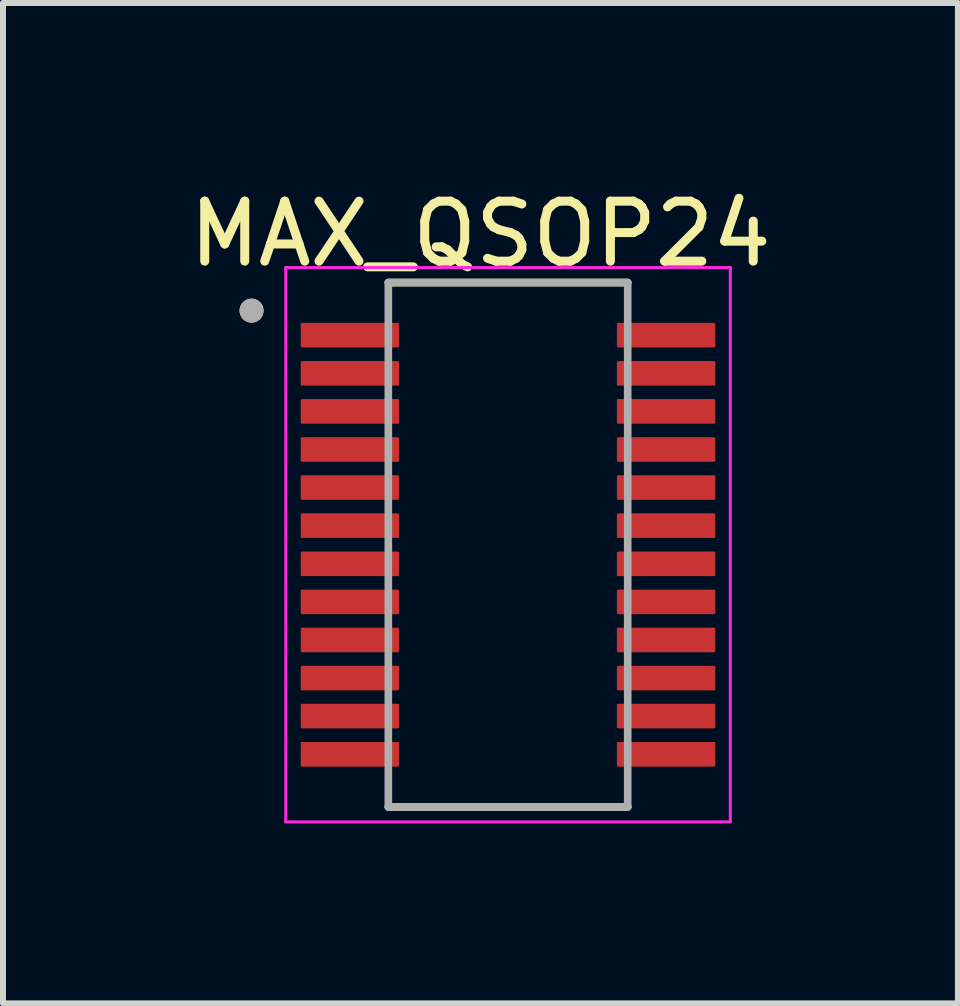
<source format=kicad_pcb>
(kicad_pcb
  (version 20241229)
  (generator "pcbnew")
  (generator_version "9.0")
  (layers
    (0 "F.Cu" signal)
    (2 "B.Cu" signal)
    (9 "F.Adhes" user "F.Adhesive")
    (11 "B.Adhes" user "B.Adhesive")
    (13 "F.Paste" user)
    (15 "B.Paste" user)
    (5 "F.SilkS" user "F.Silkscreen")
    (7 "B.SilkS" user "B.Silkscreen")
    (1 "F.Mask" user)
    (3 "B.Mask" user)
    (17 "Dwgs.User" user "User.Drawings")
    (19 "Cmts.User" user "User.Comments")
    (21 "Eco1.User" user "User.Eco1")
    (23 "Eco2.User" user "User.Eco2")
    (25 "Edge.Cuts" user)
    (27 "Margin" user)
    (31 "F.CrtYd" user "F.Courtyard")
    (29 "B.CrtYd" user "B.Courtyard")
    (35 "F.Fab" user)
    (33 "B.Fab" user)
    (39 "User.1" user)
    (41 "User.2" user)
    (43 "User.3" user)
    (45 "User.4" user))
  (footprint "MAX_QSOP24"
    (layer "F.Cu")
    (at 5.418 6.03)
    (property "Reference" "MAX_QSOP24" (at -0.46 -5.182 0) (layer "F.SilkS") (effects (font (size 1 1) (thickness 0.15))))
    (attr smd)
    (fp_line (start -1.995 -4.37) (end 1.995 -4.37) (stroke (width 0.127) (type solid)) (layer "F.SilkS"))
    (fp_line (start -1.995 4.37) (end 1.995 4.37) (stroke (width 0.127) (type solid)) (layer "F.SilkS"))
    (fp_circle (center -4.275 -3.902) (end -4.175 -3.902) (stroke (width 0.2) (type solid)) (fill no) (layer "F.SilkS"))
    (fp_line (start -3.705 -4.62) (end -3.705 4.62) (stroke (width 0.05) (type solid)) (layer "F.CrtYd"))
    (fp_line (start -3.705 -4.62) (end 3.705 -4.62) (stroke (width 0.05) (type solid)) (layer "F.CrtYd"))
    (fp_line (start -3.705 4.62) (end 3.705 4.62) (stroke (width 0.05) (type solid)) (layer "F.CrtYd"))
    (fp_line (start 3.705 -4.62) (end 3.705 4.62) (stroke (width 0.05) (type solid)) (layer "F.CrtYd"))
    (fp_line (start -1.995 -4.37) (end -1.995 4.37) (stroke (width 0.127) (type solid)) (layer "F.Fab"))
    (fp_line (start -1.995 -4.37) (end 1.995 -4.37) (stroke (width 0.127) (type solid)) (layer "F.Fab"))
    (fp_line (start -1.995 4.37) (end 1.995 4.37) (stroke (width 0.127) (type solid)) (layer "F.Fab"))
    (fp_line (start 1.995 -4.37) (end 1.995 4.37) (stroke (width 0.127) (type solid)) (layer "F.Fab"))
    (fp_circle (center -4.275 -3.902) (end -4.175 -3.902) (stroke (width 0.2) (type solid)) (fill no) (layer "F.Fab"))
    (pad "1" smd roundrect (at -2.635 -3.493) (size 1.64 0.41) (layers "F.Cu" "F.Mask" "F.Paste") (roundrect_rratio 0.05))
    (pad "2" smd roundrect (at -2.635 -2.857) (size 1.64 0.41) (layers "F.Cu" "F.Mask" "F.Paste") (roundrect_rratio 0.05))
    (pad "3" smd roundrect (at -2.635 -2.223) (size 1.64 0.41) (layers "F.Cu" "F.Mask" "F.Paste") (roundrect_rratio 0.05))
    (pad "4" smd roundrect (at -2.635 -1.587) (size 1.64 0.41) (layers "F.Cu" "F.Mask" "F.Paste") (roundrect_rratio 0.05))
    (pad "5" smd roundrect (at -2.635 -0.953) (size 1.64 0.41) (layers "F.Cu" "F.Mask" "F.Paste") (roundrect_rratio 0.05))
    (pad "6" smd roundrect (at -2.635 -0.318) (size 1.64 0.41) (layers "F.Cu" "F.Mask" "F.Paste") (roundrect_rratio 0.05))
    (pad "7" smd roundrect (at -2.635 0.318) (size 1.64 0.41) (layers "F.Cu" "F.Mask" "F.Paste") (roundrect_rratio 0.05))
    (pad "8" smd roundrect (at -2.635 0.953) (size 1.64 0.41) (layers "F.Cu" "F.Mask" "F.Paste") (roundrect_rratio 0.05))
    (pad "9" smd roundrect (at -2.635 1.587) (size 1.64 0.41) (layers "F.Cu" "F.Mask" "F.Paste") (roundrect_rratio 0.05))
    (pad "10" smd roundrect (at -2.635 2.223) (size 1.64 0.41) (layers "F.Cu" "F.Mask" "F.Paste") (roundrect_rratio 0.05))
    (pad "11" smd roundrect (at -2.635 2.857) (size 1.64 0.41) (layers "F.Cu" "F.Mask" "F.Paste") (roundrect_rratio 0.05))
    (pad "12" smd roundrect (at -2.635 3.493) (size 1.64 0.41) (layers "F.Cu" "F.Mask" "F.Paste") (roundrect_rratio 0.05))
    (pad "13" smd roundrect (at 2.635 3.493) (size 1.64 0.41) (layers "F.Cu" "F.Mask" "F.Paste") (roundrect_rratio 0.05))
    (pad "14" smd roundrect (at 2.635 2.857) (size 1.64 0.41) (layers "F.Cu" "F.Mask" "F.Paste") (roundrect_rratio 0.05))
    (pad "15" smd roundrect (at 2.635 2.223) (size 1.64 0.41) (layers "F.Cu" "F.Mask" "F.Paste") (roundrect_rratio 0.05))
    (pad "16" smd roundrect (at 2.635 1.587) (size 1.64 0.41) (layers "F.Cu" "F.Mask" "F.Paste") (roundrect_rratio 0.05))
    (pad "17" smd roundrect (at 2.635 0.953) (size 1.64 0.41) (layers "F.Cu" "F.Mask" "F.Paste") (roundrect_rratio 0.05))
    (pad "18" smd roundrect (at 2.635 0.318) (size 1.64 0.41) (layers "F.Cu" "F.Mask" "F.Paste") (roundrect_rratio 0.05))
    (pad "19" smd roundrect (at 2.635 -0.318) (size 1.64 0.41) (layers "F.Cu" "F.Mask" "F.Paste") (roundrect_rratio 0.05))
    (pad "20" smd roundrect (at 2.635 -0.953) (size 1.64 0.41) (layers "F.Cu" "F.Mask" "F.Paste") (roundrect_rratio 0.05))
    (pad "21" smd roundrect (at 2.635 -1.587) (size 1.64 0.41) (layers "F.Cu" "F.Mask" "F.Paste") (roundrect_rratio 0.05))
    (pad "22" smd roundrect (at 2.635 -2.223) (size 1.64 0.41) (layers "F.Cu" "F.Mask" "F.Paste") (roundrect_rratio 0.05))
    (pad "23" smd roundrect (at 2.635 -2.857) (size 1.64 0.41) (layers "F.Cu" "F.Mask" "F.Paste") (roundrect_rratio 0.05))
    (pad "24" smd roundrect (at 2.635 -3.493) (size 1.64 0.41) (layers "F.Cu" "F.Mask" "F.Paste") (roundrect_rratio 0.05)))
  (gr_rect
    (start -3 -3)
    (end 12.917 13.675)
    (stroke (width 0.1) (type default))
    (fill no)
    (layer "Edge.Cuts")))
</source>
